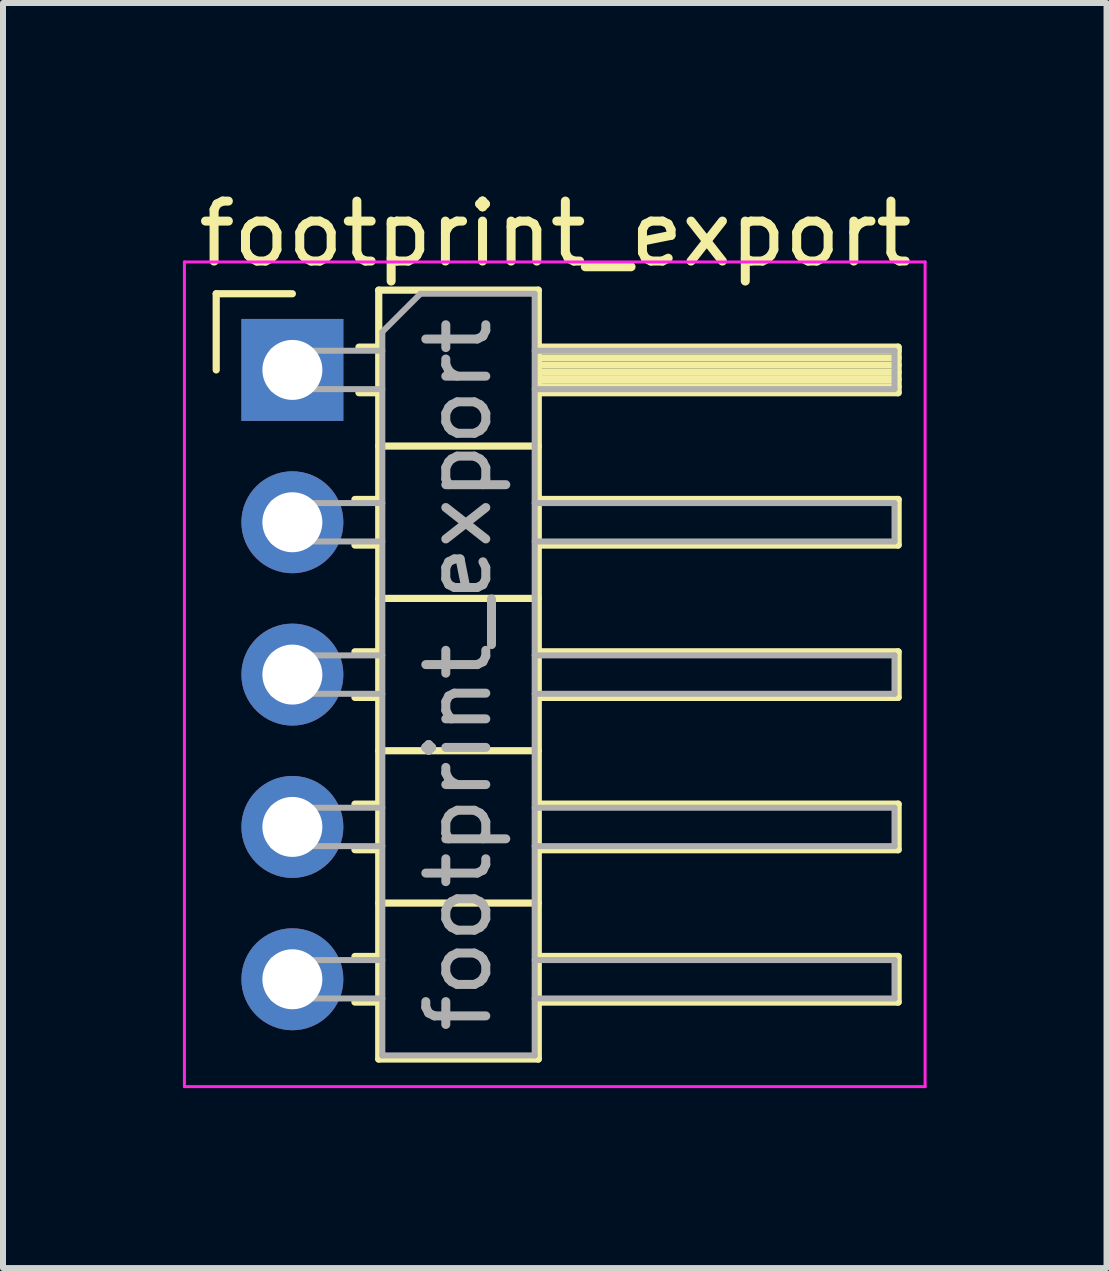
<source format=kicad_pcb>
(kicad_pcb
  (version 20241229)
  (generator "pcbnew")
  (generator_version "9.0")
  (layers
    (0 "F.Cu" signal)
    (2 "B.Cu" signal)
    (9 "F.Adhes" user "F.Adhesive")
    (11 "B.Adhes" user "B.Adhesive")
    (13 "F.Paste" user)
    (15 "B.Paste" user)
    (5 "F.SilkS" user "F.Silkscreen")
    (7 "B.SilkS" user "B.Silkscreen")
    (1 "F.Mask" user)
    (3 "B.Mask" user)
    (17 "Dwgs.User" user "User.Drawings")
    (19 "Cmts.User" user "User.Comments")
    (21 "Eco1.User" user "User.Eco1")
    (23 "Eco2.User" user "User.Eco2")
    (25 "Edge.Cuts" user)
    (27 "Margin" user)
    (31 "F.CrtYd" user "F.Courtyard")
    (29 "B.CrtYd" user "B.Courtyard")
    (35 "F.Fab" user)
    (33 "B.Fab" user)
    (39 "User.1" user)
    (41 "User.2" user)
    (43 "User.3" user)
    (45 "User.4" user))
  (footprint "footprint_export"
    (layer "F.Cu")
    (at 1.825 3.118)
    (property "Reference" "footprint_export" (at 4.385 -2.27 0) (layer "F.SilkS") (effects (font (size 1 1) (thickness 0.15))))
    (attr through_hole)
    (fp_line (start -1.27 -1.27) (end 0 -1.27) (stroke (width 0.12) (type solid)) (layer "F.SilkS"))
    (fp_line (start -1.27 0) (end -1.27 -1.27) (stroke (width 0.12) (type solid)) (layer "F.SilkS"))
    (fp_line (start 1.043 2.16) (end 1.44 2.16) (stroke (width 0.12) (type solid)) (layer "F.SilkS"))
    (fp_line (start 1.043 2.92) (end 1.44 2.92) (stroke (width 0.12) (type solid)) (layer "F.SilkS"))
    (fp_line (start 1.043 4.7) (end 1.44 4.7) (stroke (width 0.12) (type solid)) (layer "F.SilkS"))
    (fp_line (start 1.043 5.46) (end 1.44 5.46) (stroke (width 0.12) (type solid)) (layer "F.SilkS"))
    (fp_line (start 1.043 7.24) (end 1.44 7.24) (stroke (width 0.12) (type solid)) (layer "F.SilkS"))
    (fp_line (start 1.043 8) (end 1.44 8) (stroke (width 0.12) (type solid)) (layer "F.SilkS"))
    (fp_line (start 1.043 9.78) (end 1.44 9.78) (stroke (width 0.12) (type solid)) (layer "F.SilkS"))
    (fp_line (start 1.043 10.54) (end 1.44 10.54) (stroke (width 0.12) (type solid)) (layer "F.SilkS"))
    (fp_line (start 1.11 -0.38) (end 1.44 -0.38) (stroke (width 0.12) (type solid)) (layer "F.SilkS"))
    (fp_line (start 1.11 0.38) (end 1.44 0.38) (stroke (width 0.12) (type solid)) (layer "F.SilkS"))
    (fp_line (start 1.44 -1.33) (end 1.44 11.49) (stroke (width 0.12) (type solid)) (layer "F.SilkS"))
    (fp_line (start 1.44 1.27) (end 4.1 1.27) (stroke (width 0.12) (type solid)) (layer "F.SilkS"))
    (fp_line (start 1.44 3.81) (end 4.1 3.81) (stroke (width 0.12) (type solid)) (layer "F.SilkS"))
    (fp_line (start 1.44 6.35) (end 4.1 6.35) (stroke (width 0.12) (type solid)) (layer "F.SilkS"))
    (fp_line (start 1.44 8.89) (end 4.1 8.89) (stroke (width 0.12) (type solid)) (layer "F.SilkS"))
    (fp_line (start 1.44 11.49) (end 4.1 11.49) (stroke (width 0.12) (type solid)) (layer "F.SilkS"))
    (fp_line (start 4.1 -1.33) (end 1.44 -1.33) (stroke (width 0.12) (type solid)) (layer "F.SilkS"))
    (fp_line (start 4.1 -0.38) (end 10.1 -0.38) (stroke (width 0.12) (type solid)) (layer "F.SilkS"))
    (fp_line (start 4.1 -0.32) (end 10.1 -0.32) (stroke (width 0.12) (type solid)) (layer "F.SilkS"))
    (fp_line (start 4.1 -0.2) (end 10.1 -0.2) (stroke (width 0.12) (type solid)) (layer "F.SilkS"))
    (fp_line (start 4.1 -0.08) (end 10.1 -0.08) (stroke (width 0.12) (type solid)) (layer "F.SilkS"))
    (fp_line (start 4.1 0.04) (end 10.1 0.04) (stroke (width 0.12) (type solid)) (layer "F.SilkS"))
    (fp_line (start 4.1 0.16) (end 10.1 0.16) (stroke (width 0.12) (type solid)) (layer "F.SilkS"))
    (fp_line (start 4.1 0.28) (end 10.1 0.28) (stroke (width 0.12) (type solid)) (layer "F.SilkS"))
    (fp_line (start 4.1 2.16) (end 10.1 2.16) (stroke (width 0.12) (type solid)) (layer "F.SilkS"))
    (fp_line (start 4.1 4.7) (end 10.1 4.7) (stroke (width 0.12) (type solid)) (layer "F.SilkS"))
    (fp_line (start 4.1 7.24) (end 10.1 7.24) (stroke (width 0.12) (type solid)) (layer "F.SilkS"))
    (fp_line (start 4.1 9.78) (end 10.1 9.78) (stroke (width 0.12) (type solid)) (layer "F.SilkS"))
    (fp_line (start 4.1 11.49) (end 4.1 -1.33) (stroke (width 0.12) (type solid)) (layer "F.SilkS"))
    (fp_line (start 10.1 -0.38) (end 10.1 0.38) (stroke (width 0.12) (type solid)) (layer "F.SilkS"))
    (fp_line (start 10.1 0.38) (end 4.1 0.38) (stroke (width 0.12) (type solid)) (layer "F.SilkS"))
    (fp_line (start 10.1 2.16) (end 10.1 2.92) (stroke (width 0.12) (type solid)) (layer "F.SilkS"))
    (fp_line (start 10.1 2.92) (end 4.1 2.92) (stroke (width 0.12) (type solid)) (layer "F.SilkS"))
    (fp_line (start 10.1 4.7) (end 10.1 5.46) (stroke (width 0.12) (type solid)) (layer "F.SilkS"))
    (fp_line (start 10.1 5.46) (end 4.1 5.46) (stroke (width 0.12) (type solid)) (layer "F.SilkS"))
    (fp_line (start 10.1 7.24) (end 10.1 8) (stroke (width 0.12) (type solid)) (layer "F.SilkS"))
    (fp_line (start 10.1 8) (end 4.1 8) (stroke (width 0.12) (type solid)) (layer "F.SilkS"))
    (fp_line (start 10.1 9.78) (end 10.1 10.54) (stroke (width 0.12) (type solid)) (layer "F.SilkS"))
    (fp_line (start 10.1 10.54) (end 4.1 10.54) (stroke (width 0.12) (type solid)) (layer "F.SilkS"))
    (fp_line (start -1.8 -1.8) (end -1.8 11.95) (stroke (width 0.05) (type solid)) (layer "F.CrtYd"))
    (fp_line (start -1.8 11.95) (end 10.55 11.95) (stroke (width 0.05) (type solid)) (layer "F.CrtYd"))
    (fp_line (start 10.55 -1.8) (end -1.8 -1.8) (stroke (width 0.05) (type solid)) (layer "F.CrtYd"))
    (fp_line (start 10.55 11.95) (end 10.55 -1.8) (stroke (width 0.05) (type solid)) (layer "F.CrtYd"))
    (fp_line (start -0.32 -0.32) (end -0.32 0.32) (stroke (width 0.1) (type solid)) (layer "F.Fab"))
    (fp_line (start -0.32 -0.32) (end 1.5 -0.32) (stroke (width 0.1) (type solid)) (layer "F.Fab"))
    (fp_line (start -0.32 0.32) (end 1.5 0.32) (stroke (width 0.1) (type solid)) (layer "F.Fab"))
    (fp_line (start -0.32 2.22) (end -0.32 2.86) (stroke (width 0.1) (type solid)) (layer "F.Fab"))
    (fp_line (start -0.32 2.22) (end 1.5 2.22) (stroke (width 0.1) (type solid)) (layer "F.Fab"))
    (fp_line (start -0.32 2.86) (end 1.5 2.86) (stroke (width 0.1) (type solid)) (layer "F.Fab"))
    (fp_line (start -0.32 4.76) (end -0.32 5.4) (stroke (width 0.1) (type solid)) (layer "F.Fab"))
    (fp_line (start -0.32 4.76) (end 1.5 4.76) (stroke (width 0.1) (type solid)) (layer "F.Fab"))
    (fp_line (start -0.32 5.4) (end 1.5 5.4) (stroke (width 0.1) (type solid)) (layer "F.Fab"))
    (fp_line (start -0.32 7.3) (end -0.32 7.94) (stroke (width 0.1) (type solid)) (layer "F.Fab"))
    (fp_line (start -0.32 7.3) (end 1.5 7.3) (stroke (width 0.1) (type solid)) (layer "F.Fab"))
    (fp_line (start -0.32 7.94) (end 1.5 7.94) (stroke (width 0.1) (type solid)) (layer "F.Fab"))
    (fp_line (start -0.32 9.84) (end -0.32 10.48) (stroke (width 0.1) (type solid)) (layer "F.Fab"))
    (fp_line (start -0.32 9.84) (end 1.5 9.84) (stroke (width 0.1) (type solid)) (layer "F.Fab"))
    (fp_line (start -0.32 10.48) (end 1.5 10.48) (stroke (width 0.1) (type solid)) (layer "F.Fab"))
    (fp_line (start 1.5 -0.635) (end 2.135 -1.27) (stroke (width 0.1) (type solid)) (layer "F.Fab"))
    (fp_line (start 1.5 11.43) (end 1.5 -0.635) (stroke (width 0.1) (type solid)) (layer "F.Fab"))
    (fp_line (start 2.135 -1.27) (end 4.04 -1.27) (stroke (width 0.1) (type solid)) (layer "F.Fab"))
    (fp_line (start 4.04 -1.27) (end 4.04 11.43) (stroke (width 0.1) (type solid)) (layer "F.Fab"))
    (fp_line (start 4.04 -0.32) (end 10.04 -0.32) (stroke (width 0.1) (type solid)) (layer "F.Fab"))
    (fp_line (start 4.04 0.32) (end 10.04 0.32) (stroke (width 0.1) (type solid)) (layer "F.Fab"))
    (fp_line (start 4.04 2.22) (end 10.04 2.22) (stroke (width 0.1) (type solid)) (layer "F.Fab"))
    (fp_line (start 4.04 2.86) (end 10.04 2.86) (stroke (width 0.1) (type solid)) (layer "F.Fab"))
    (fp_line (start 4.04 4.76) (end 10.04 4.76) (stroke (width 0.1) (type solid)) (layer "F.Fab"))
    (fp_line (start 4.04 5.4) (end 10.04 5.4) (stroke (width 0.1) (type solid)) (layer "F.Fab"))
    (fp_line (start 4.04 7.3) (end 10.04 7.3) (stroke (width 0.1) (type solid)) (layer "F.Fab"))
    (fp_line (start 4.04 7.94) (end 10.04 7.94) (stroke (width 0.1) (type solid)) (layer "F.Fab"))
    (fp_line (start 4.04 9.84) (end 10.04 9.84) (stroke (width 0.1) (type solid)) (layer "F.Fab"))
    (fp_line (start 4.04 10.48) (end 10.04 10.48) (stroke (width 0.1) (type solid)) (layer "F.Fab"))
    (fp_line (start 4.04 11.43) (end 1.5 11.43) (stroke (width 0.1) (type solid)) (layer "F.Fab"))
    (fp_line (start 10.04 -0.32) (end 10.04 0.32) (stroke (width 0.1) (type solid)) (layer "F.Fab"))
    (fp_line (start 10.04 2.22) (end 10.04 2.86) (stroke (width 0.1) (type solid)) (layer "F.Fab"))
    (fp_line (start 10.04 4.76) (end 10.04 5.4) (stroke (width 0.1) (type solid)) (layer "F.Fab"))
    (fp_line (start 10.04 7.3) (end 10.04 7.94) (stroke (width 0.1) (type solid)) (layer "F.Fab"))
    (fp_line (start 10.04 9.84) (end 10.04 10.48) (stroke (width 0.1) (type solid)) (layer "F.Fab"))
    (fp_text user "${REFERENCE}" (at 2.77 5.08 90) (layer "F.Fab") (effects (font (size 1 1) (thickness 0.15))))
    (pad "1" thru_hole rect (at 0 0) (size 1.7 1.7) (drill 1) (layers "*.Cu" "*.Mask"))
    (pad "2" thru_hole oval (at 0 2.54) (size 1.7 1.7) (drill 1) (layers "*.Cu" "*.Mask"))
    (pad "3" thru_hole oval (at 0 5.08) (size 1.7 1.7) (drill 1) (layers "*.Cu" "*.Mask"))
    (pad "4" thru_hole oval (at 0 7.62) (size 1.7 1.7) (drill 1) (layers "*.Cu" "*.Mask"))
    (pad "5" thru_hole oval (at 0 10.16) (size 1.7 1.7) (drill 1) (layers "*.Cu" "*.Mask")))
  (gr_rect
    (start -3 -3)
    (end 15.4 18.093)
    (stroke (width 0.1) (type default))
    (fill no)
    (layer "Edge.Cuts")))
</source>
